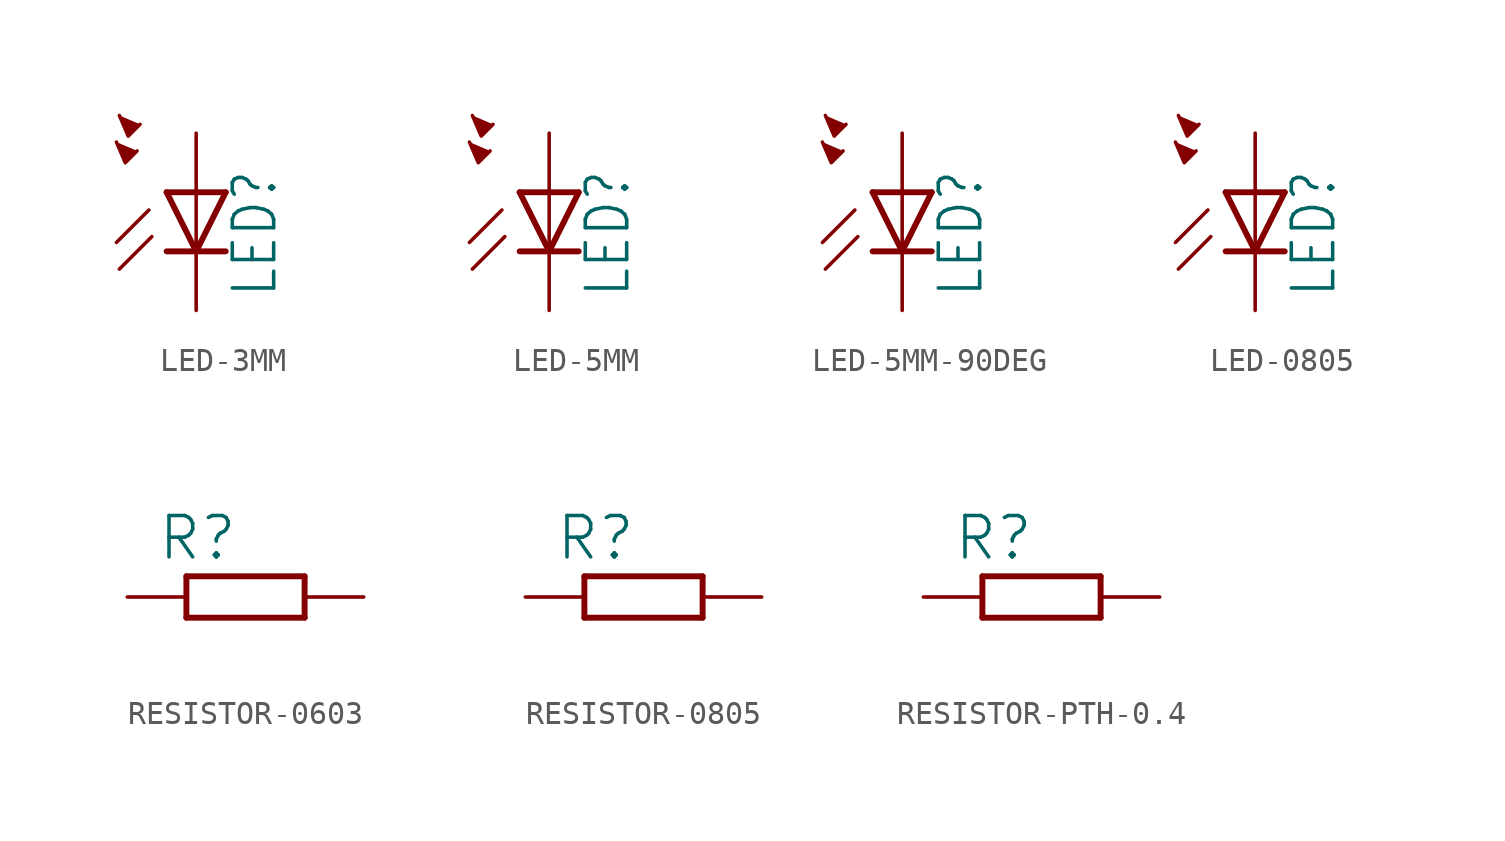
<source format=kicad_sym>
(kicad_symbol_lib
  (version 20241209)
  (generator "kicad_symbol_editor")
  (generator_version "9.0")
  (symbol "LED-3MM"
    (property "Reference" "LED"
      (at 3.556 -4.572 90)
      (effects (font (size 1.778 1.511)) (justify left bottom)))
    (property "Value" ""
      (at 5.715 -4.572 90)
      (effects (font (size 1.778 1.511)) (justify left bottom)))
    (property "ki_locked" ""
      (at 0 0 0)
      (effects (font (size 1.27 1.27))))
    (symbol "LED-3MM_1_0"
      (polyline (pts (xy -3.429 2.159) (xy -3.048 1.27) (xy -2.54 1.778)) (stroke (width 0.152) (type solid)) (fill (type outline)))
      (polyline (pts (xy -3.302 3.302) (xy -2.921 2.413) (xy -2.413 2.921)) (stroke (width 0.152) (type solid)) (fill (type outline)))
      (polyline (pts (xy -2.032 -0.762) (xy -3.429 -2.159)) (stroke (width 0.152) (type solid)) (fill (type none)))
      (polyline (pts (xy -1.905 -1.905) (xy -3.302 -3.302)) (stroke (width 0.152) (type solid)) (fill (type none)))
      (polyline (pts (xy 0 0) (xy -1.27 0)) (stroke (width 0.254) (type solid)) (fill (type none)))
      (polyline (pts (xy 0 0) (xy 0 -2.54)) (stroke (width 0.152) (type solid)) (fill (type none)))
      (polyline (pts (xy 0 -2.54) (xy -1.27 0)) (stroke (width 0.254) (type solid)) (fill (type none)))
      (polyline (pts (xy 0 -2.54) (xy -1.27 -2.54)) (stroke (width 0.254) (type solid)) (fill (type none)))
      (polyline (pts (xy 1.27 0) (xy 0 0)) (stroke (width 0.254) (type solid)) (fill (type none)))
      (polyline (pts (xy 1.27 0) (xy 0 -2.54)) (stroke (width 0.254) (type solid)) (fill (type none)))
      (polyline (pts (xy 1.27 -2.54) (xy 0 -2.54)) (stroke (width 0.254) (type solid)) (fill (type none)))
      (pin passive line (at 0 2.54 270) (length 2.54) (name "A" (effects (font (size 0 0)))) (number "A" (effects (font (size 0 0)))))
      (pin passive line (at 0 -5.08 90) (length 2.54) (name "C" (effects (font (size 0 0)))) (number "K" (effects (font (size 0 0)))))))
  (symbol "LED-5MM"
    (property "Reference" "LED"
      (at 3.556 -4.572 90)
      (effects (font (size 1.778 1.511)) (justify left bottom)))
    (property "Value" ""
      (at 5.715 -4.572 90)
      (effects (font (size 1.778 1.511)) (justify left bottom)))
    (property "ki_locked" ""
      (at 0 0 0)
      (effects (font (size 1.27 1.27))))
    (symbol "LED-5MM_1_0"
      (polyline (pts (xy -3.429 2.159) (xy -3.048 1.27) (xy -2.54 1.778)) (stroke (width 0.152) (type solid)) (fill (type outline)))
      (polyline (pts (xy -3.302 3.302) (xy -2.921 2.413) (xy -2.413 2.921)) (stroke (width 0.152) (type solid)) (fill (type outline)))
      (polyline (pts (xy -2.032 -0.762) (xy -3.429 -2.159)) (stroke (width 0.152) (type solid)) (fill (type none)))
      (polyline (pts (xy -1.905 -1.905) (xy -3.302 -3.302)) (stroke (width 0.152) (type solid)) (fill (type none)))
      (polyline (pts (xy 0 0) (xy -1.27 0)) (stroke (width 0.254) (type solid)) (fill (type none)))
      (polyline (pts (xy 0 0) (xy 0 -2.54)) (stroke (width 0.152) (type solid)) (fill (type none)))
      (polyline (pts (xy 0 -2.54) (xy -1.27 0)) (stroke (width 0.254) (type solid)) (fill (type none)))
      (polyline (pts (xy 0 -2.54) (xy -1.27 -2.54)) (stroke (width 0.254) (type solid)) (fill (type none)))
      (polyline (pts (xy 1.27 0) (xy 0 0)) (stroke (width 0.254) (type solid)) (fill (type none)))
      (polyline (pts (xy 1.27 0) (xy 0 -2.54)) (stroke (width 0.254) (type solid)) (fill (type none)))
      (polyline (pts (xy 1.27 -2.54) (xy 0 -2.54)) (stroke (width 0.254) (type solid)) (fill (type none)))
      (pin passive line (at 0 2.54 270) (length 2.54) (name "A" (effects (font (size 0 0)))) (number "A" (effects (font (size 0 0)))))
      (pin passive line (at 0 -5.08 90) (length 2.54) (name "C" (effects (font (size 0 0)))) (number "K" (effects (font (size 0 0)))))))
  (symbol "LED-5MM-90DEG"
    (property "Reference" "LED"
      (at 3.556 -4.572 90)
      (effects (font (size 1.778 1.511)) (justify left bottom)))
    (property "Value" ""
      (at 5.715 -4.572 90)
      (effects (font (size 1.778 1.511)) (justify left bottom)))
    (property "ki_locked" ""
      (at 0 0 0)
      (effects (font (size 1.27 1.27))))
    (symbol "LED-5MM-90DEG_1_0"
      (polyline (pts (xy -3.429 2.159) (xy -3.048 1.27) (xy -2.54 1.778)) (stroke (width 0.152) (type solid)) (fill (type outline)))
      (polyline (pts (xy -3.302 3.302) (xy -2.921 2.413) (xy -2.413 2.921)) (stroke (width 0.152) (type solid)) (fill (type outline)))
      (polyline (pts (xy -2.032 -0.762) (xy -3.429 -2.159)) (stroke (width 0.152) (type solid)) (fill (type none)))
      (polyline (pts (xy -1.905 -1.905) (xy -3.302 -3.302)) (stroke (width 0.152) (type solid)) (fill (type none)))
      (polyline (pts (xy 0 0) (xy -1.27 0)) (stroke (width 0.254) (type solid)) (fill (type none)))
      (polyline (pts (xy 0 0) (xy 0 -2.54)) (stroke (width 0.152) (type solid)) (fill (type none)))
      (polyline (pts (xy 0 -2.54) (xy -1.27 0)) (stroke (width 0.254) (type solid)) (fill (type none)))
      (polyline (pts (xy 0 -2.54) (xy -1.27 -2.54)) (stroke (width 0.254) (type solid)) (fill (type none)))
      (polyline (pts (xy 1.27 0) (xy 0 0)) (stroke (width 0.254) (type solid)) (fill (type none)))
      (polyline (pts (xy 1.27 0) (xy 0 -2.54)) (stroke (width 0.254) (type solid)) (fill (type none)))
      (polyline (pts (xy 1.27 -2.54) (xy 0 -2.54)) (stroke (width 0.254) (type solid)) (fill (type none)))
      (pin passive line (at 0 2.54 270) (length 2.54) (name "A" (effects (font (size 0 0)))) (number "A" (effects (font (size 0 0)))))
      (pin passive line (at 0 -5.08 90) (length 2.54) (name "C" (effects (font (size 0 0)))) (number "K" (effects (font (size 0 0)))))))
  (symbol "LED-0805"
    (property "Reference" "LED"
      (at 3.556 -4.572 90)
      (effects (font (size 1.778 1.511)) (justify left bottom)))
    (property "Value" ""
      (at 5.715 -4.572 90)
      (effects (font (size 1.778 1.511)) (justify left bottom)))
    (property "ki_locked" ""
      (at 0 0 0)
      (effects (font (size 1.27 1.27))))
    (symbol "LED-0805_1_0"
      (polyline (pts (xy -3.429 2.159) (xy -3.048 1.27) (xy -2.54 1.778)) (stroke (width 0.152) (type solid)) (fill (type outline)))
      (polyline (pts (xy -3.302 3.302) (xy -2.921 2.413) (xy -2.413 2.921)) (stroke (width 0.152) (type solid)) (fill (type outline)))
      (polyline (pts (xy -2.032 -0.762) (xy -3.429 -2.159)) (stroke (width 0.152) (type solid)) (fill (type none)))
      (polyline (pts (xy -1.905 -1.905) (xy -3.302 -3.302)) (stroke (width 0.152) (type solid)) (fill (type none)))
      (polyline (pts (xy 0 0) (xy -1.27 0)) (stroke (width 0.254) (type solid)) (fill (type none)))
      (polyline (pts (xy 0 0) (xy 0 -2.54)) (stroke (width 0.152) (type solid)) (fill (type none)))
      (polyline (pts (xy 0 -2.54) (xy -1.27 0)) (stroke (width 0.254) (type solid)) (fill (type none)))
      (polyline (pts (xy 0 -2.54) (xy -1.27 -2.54)) (stroke (width 0.254) (type solid)) (fill (type none)))
      (polyline (pts (xy 1.27 0) (xy 0 0)) (stroke (width 0.254) (type solid)) (fill (type none)))
      (polyline (pts (xy 1.27 0) (xy 0 -2.54)) (stroke (width 0.254) (type solid)) (fill (type none)))
      (polyline (pts (xy 1.27 -2.54) (xy 0 -2.54)) (stroke (width 0.254) (type solid)) (fill (type none)))
      (pin passive line (at 0 2.54 270) (length 2.54) (name "A" (effects (font (size 0 0)))) (number "A" (effects (font (size 0 0)))))
      (pin passive line (at 0 -5.08 90) (length 2.54) (name "C" (effects (font (size 0 0)))) (number "C" (effects (font (size 0 0)))))))
  (symbol "RESISTOR-0603"
    (property "Reference" "R"
      (at -3.81 1.499 0)
      (effects (font (size 1.778 1.778)) (justify left bottom)))
    (property "Value" ""
      (at -3.81 -3.302 0)
      (effects (font (size 1.778 1.778)) (justify left bottom)))
    (property "ki_locked" ""
      (at 0 0 0)
      (effects (font (size 1.27 1.27))))
    (symbol "RESISTOR-0603_1_0"
      (polyline (pts (xy -2.54 -0.889) (xy -2.54 0.889)) (stroke (width 0.254) (type solid)) (fill (type none)))
      (polyline (pts (xy -2.54 -0.889) (xy 2.54 -0.889)) (stroke (width 0.254) (type solid)) (fill (type none)))
      (polyline (pts (xy 2.54 0.889) (xy -2.54 0.889)) (stroke (width 0.254) (type solid)) (fill (type none)))
      (polyline (pts (xy 2.54 -0.889) (xy 2.54 0.889)) (stroke (width 0.254) (type solid)) (fill (type none)))
      (pin passive line (at -5.08 0 0) (length 2.54) (name "1" (effects (font (size 0 0)))) (number "1" (effects (font (size 0 0)))))
      (pin passive line (at 5.08 0 180) (length 2.54) (name "2" (effects (font (size 0 0)))) (number "2" (effects (font (size 0 0)))))))
  (symbol "RESISTOR-0805"
    (property "Reference" "R"
      (at -3.81 1.499 0)
      (effects (font (size 1.778 1.778)) (justify left bottom)))
    (property "Value" ""
      (at -3.81 -3.302 0)
      (effects (font (size 1.778 1.778)) (justify left bottom)))
    (property "ki_locked" ""
      (at 0 0 0)
      (effects (font (size 1.27 1.27))))
    (symbol "RESISTOR-0805_1_0"
      (polyline (pts (xy -2.54 -0.889) (xy -2.54 0.889)) (stroke (width 0.254) (type solid)) (fill (type none)))
      (polyline (pts (xy -2.54 -0.889) (xy 2.54 -0.889)) (stroke (width 0.254) (type solid)) (fill (type none)))
      (polyline (pts (xy 2.54 0.889) (xy -2.54 0.889)) (stroke (width 0.254) (type solid)) (fill (type none)))
      (polyline (pts (xy 2.54 -0.889) (xy 2.54 0.889)) (stroke (width 0.254) (type solid)) (fill (type none)))
      (pin passive line (at -5.08 0 0) (length 2.54) (name "1" (effects (font (size 0 0)))) (number "1" (effects (font (size 0 0)))))
      (pin passive line (at 5.08 0 180) (length 2.54) (name "2" (effects (font (size 0 0)))) (number "2" (effects (font (size 0 0)))))))
  (symbol "RESISTOR-PTH-0.4"
    (property "Reference" "R"
      (at -3.81 1.499 0)
      (effects (font (size 1.778 1.778)) (justify left bottom)))
    (property "Value" ""
      (at -3.81 -3.302 0)
      (effects (font (size 1.778 1.778)) (justify left bottom)))
    (property "ki_locked" ""
      (at 0 0 0)
      (effects (font (size 1.27 1.27))))
    (symbol "RESISTOR-PTH-0.4_1_0"
      (polyline (pts (xy -2.54 -0.889) (xy -2.54 0.889)) (stroke (width 0.254) (type solid)) (fill (type none)))
      (polyline (pts (xy -2.54 -0.889) (xy 2.54 -0.889)) (stroke (width 0.254) (type solid)) (fill (type none)))
      (polyline (pts (xy 2.54 0.889) (xy -2.54 0.889)) (stroke (width 0.254) (type solid)) (fill (type none)))
      (polyline (pts (xy 2.54 -0.889) (xy 2.54 0.889)) (stroke (width 0.254) (type solid)) (fill (type none)))
      (pin passive line (at -5.08 0 0) (length 2.54) (name "1" (effects (font (size 0 0)))) (number "1" (effects (font (size 0 0)))))
      (pin passive line (at 5.08 0 180) (length 2.54) (name "2" (effects (font (size 0 0)))) (number "2" (effects (font (size 0 0))))))))
</source>
